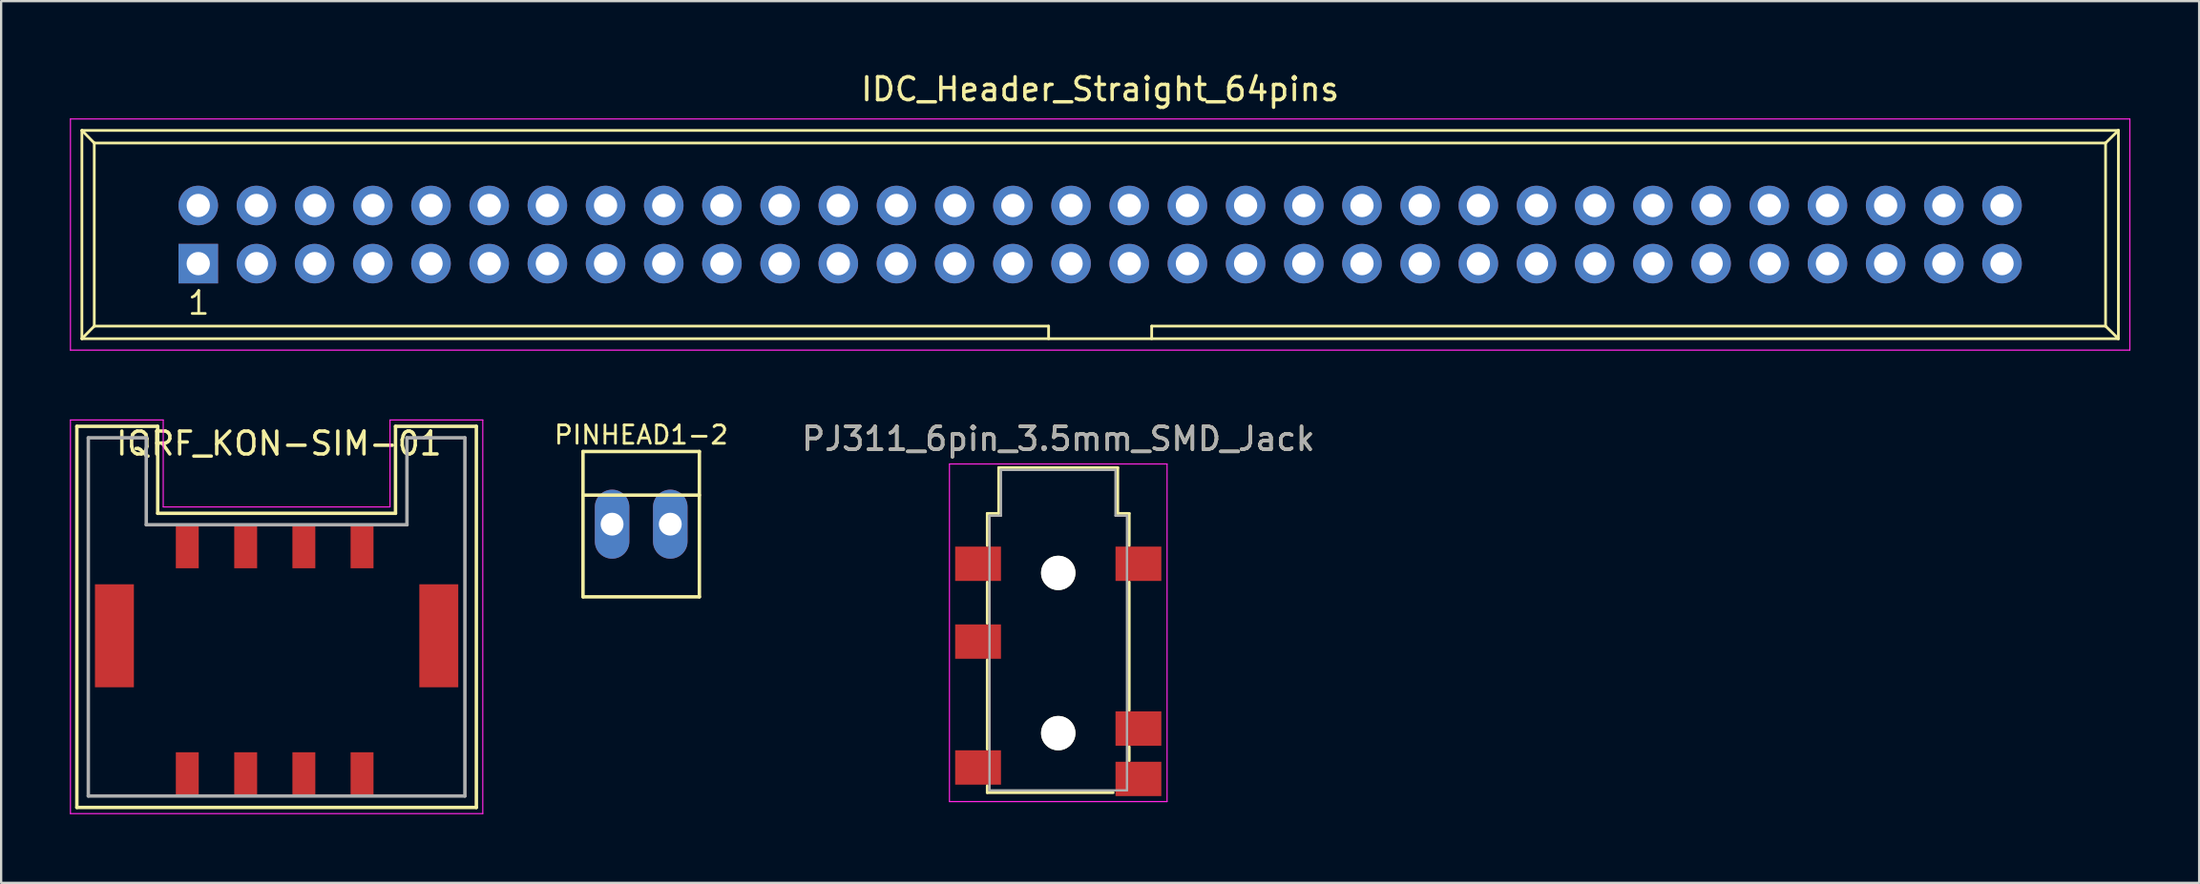
<source format=kicad_pcb>
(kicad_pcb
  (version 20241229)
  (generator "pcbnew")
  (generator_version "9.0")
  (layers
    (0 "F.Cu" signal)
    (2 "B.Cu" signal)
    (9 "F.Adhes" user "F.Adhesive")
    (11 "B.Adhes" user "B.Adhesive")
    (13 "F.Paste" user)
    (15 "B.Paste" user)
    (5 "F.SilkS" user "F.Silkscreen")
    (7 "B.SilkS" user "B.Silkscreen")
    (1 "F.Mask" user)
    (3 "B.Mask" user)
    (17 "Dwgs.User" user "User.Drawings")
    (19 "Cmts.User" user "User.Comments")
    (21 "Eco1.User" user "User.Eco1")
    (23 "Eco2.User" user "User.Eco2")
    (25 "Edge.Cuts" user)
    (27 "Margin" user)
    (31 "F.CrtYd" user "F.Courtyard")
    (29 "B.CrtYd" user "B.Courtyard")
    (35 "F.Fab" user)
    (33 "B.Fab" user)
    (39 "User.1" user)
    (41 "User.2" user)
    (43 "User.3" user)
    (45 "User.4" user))
  (footprint "IDC_Header_Straight_64pins"
    (layer "F.Cu")
    (at 5.605 8.468)
    (property "Reference" "IDC_Header_Straight_64pins" (at 39.37 -7.62 0) (layer "F.SilkS") (effects (font (size 1 1) (thickness 0.15))))
    (attr through_hole)
    (fp_line (start -5.08 -5.82) (end -5.08 3.28) (stroke (width 0.12) (type solid)) (layer "F.SilkS"))
    (fp_line (start -5.08 -5.82) (end -4.54 -5.27) (stroke (width 0.12) (type solid)) (layer "F.SilkS"))
    (fp_line (start -5.08 -5.82) (end 83.82 -5.82) (stroke (width 0.12) (type solid)) (layer "F.SilkS"))
    (fp_line (start -5.08 3.28) (end -4.54 2.73) (stroke (width 0.12) (type solid)) (layer "F.SilkS"))
    (fp_line (start -5.08 3.28) (end 83.82 3.28) (stroke (width 0.12) (type solid)) (layer "F.SilkS"))
    (fp_line (start -4.54 -5.27) (end -4.54 2.73) (stroke (width 0.12) (type solid)) (layer "F.SilkS"))
    (fp_line (start -4.54 -5.27) (end 83.26 -5.27) (stroke (width 0.12) (type solid)) (layer "F.SilkS"))
    (fp_line (start -4.54 2.73) (end 37.12 2.73) (stroke (width 0.12) (type solid)) (layer "F.SilkS"))
    (fp_line (start 37.12 2.73) (end 37.12 3.28) (stroke (width 0.12) (type solid)) (layer "F.SilkS"))
    (fp_line (start 41.62 2.73) (end 41.62 3.28) (stroke (width 0.12) (type solid)) (layer "F.SilkS"))
    (fp_line (start 41.62 2.73) (end 83.26 2.73) (stroke (width 0.12) (type solid)) (layer "F.SilkS"))
    (fp_line (start 83.26 -5.27) (end 83.26 2.73) (stroke (width 0.12) (type solid)) (layer "F.SilkS"))
    (fp_line (start 83.82 -5.82) (end 83.26 -5.27) (stroke (width 0.12) (type solid)) (layer "F.SilkS"))
    (fp_line (start 83.82 -5.82) (end 83.82 3.28) (stroke (width 0.12) (type solid)) (layer "F.SilkS"))
    (fp_line (start 83.82 3.28) (end 83.26 2.73) (stroke (width 0.12) (type solid)) (layer "F.SilkS"))
    (fp_line (start -5.58 -6.32) (end 84.32 -6.32) (stroke (width 0.05) (type solid)) (layer "F.CrtYd"))
    (fp_line (start -5.58 3.78) (end -5.58 -6.32) (stroke (width 0.05) (type solid)) (layer "F.CrtYd"))
    (fp_line (start 84.32 -6.32) (end 84.32 3.78) (stroke (width 0.05) (type solid)) (layer "F.CrtYd"))
    (fp_line (start 84.32 3.78) (end -5.58 3.78) (stroke (width 0.05) (type solid)) (layer "F.CrtYd"))
    (fp_text user "1" (at 0.02 1.72 0) (layer "F.SilkS") (effects (font (size 1 1) (thickness 0.12))))
    (pad "1" thru_hole rect (at 0 0) (size 1.727 1.727) (drill 1.016) (layers "*.Cu" "*.Mask"))
    (pad "2" thru_hole oval (at 0 -2.54) (size 1.727 1.727) (drill 1.016) (layers "*.Cu" "*.Mask"))
    (pad "3" thru_hole oval (at 2.54 0) (size 1.727 1.727) (drill 1.016) (layers "*.Cu" "*.Mask"))
    (pad "4" thru_hole oval (at 2.54 -2.54) (size 1.727 1.727) (drill 1.016) (layers "*.Cu" "*.Mask"))
    (pad "5" thru_hole oval (at 5.08 0) (size 1.727 1.727) (drill 1.016) (layers "*.Cu" "*.Mask"))
    (pad "6" thru_hole oval (at 5.08 -2.54) (size 1.727 1.727) (drill 1.016) (layers "*.Cu" "*.Mask"))
    (pad "7" thru_hole oval (at 7.62 0) (size 1.727 1.727) (drill 1.016) (layers "*.Cu" "*.Mask"))
    (pad "8" thru_hole oval (at 7.62 -2.54) (size 1.727 1.727) (drill 1.016) (layers "*.Cu" "*.Mask"))
    (pad "9" thru_hole oval (at 10.16 0) (size 1.727 1.727) (drill 1.016) (layers "*.Cu" "*.Mask"))
    (pad "10" thru_hole oval (at 10.16 -2.54) (size 1.727 1.727) (drill 1.016) (layers "*.Cu" "*.Mask"))
    (pad "11" thru_hole oval (at 12.7 0) (size 1.727 1.727) (drill 1.016) (layers "*.Cu" "*.Mask"))
    (pad "12" thru_hole oval (at 12.7 -2.54) (size 1.727 1.727) (drill 1.016) (layers "*.Cu" "*.Mask"))
    (pad "13" thru_hole oval (at 15.24 0) (size 1.727 1.727) (drill 1.016) (layers "*.Cu" "*.Mask"))
    (pad "14" thru_hole oval (at 15.24 -2.54) (size 1.727 1.727) (drill 1.016) (layers "*.Cu" "*.Mask"))
    (pad "15" thru_hole oval (at 17.78 0) (size 1.727 1.727) (drill 1.016) (layers "*.Cu" "*.Mask"))
    (pad "16" thru_hole oval (at 17.78 -2.54) (size 1.727 1.727) (drill 1.016) (layers "*.Cu" "*.Mask"))
    (pad "17" thru_hole oval (at 20.32 0) (size 1.727 1.727) (drill 1.016) (layers "*.Cu" "*.Mask"))
    (pad "18" thru_hole oval (at 20.32 -2.54) (size 1.727 1.727) (drill 1.016) (layers "*.Cu" "*.Mask"))
    (pad "19" thru_hole oval (at 22.86 0) (size 1.727 1.727) (drill 1.016) (layers "*.Cu" "*.Mask"))
    (pad "20" thru_hole oval (at 22.86 -2.54) (size 1.727 1.727) (drill 1.016) (layers "*.Cu" "*.Mask"))
    (pad "21" thru_hole oval (at 25.4 0) (size 1.727 1.727) (drill 1.016) (layers "*.Cu" "*.Mask"))
    (pad "22" thru_hole oval (at 25.4 -2.54) (size 1.727 1.727) (drill 1.016) (layers "*.Cu" "*.Mask"))
    (pad "23" thru_hole oval (at 27.94 0) (size 1.727 1.727) (drill 1.016) (layers "*.Cu" "*.Mask"))
    (pad "24" thru_hole oval (at 27.94 -2.54) (size 1.727 1.727) (drill 1.016) (layers "*.Cu" "*.Mask"))
    (pad "25" thru_hole oval (at 30.48 0) (size 1.727 1.727) (drill 1.016) (layers "*.Cu" "*.Mask"))
    (pad "26" thru_hole oval (at 30.48 -2.54) (size 1.727 1.727) (drill 1.016) (layers "*.Cu" "*.Mask"))
    (pad "27" thru_hole oval (at 33.02 0) (size 1.727 1.727) (drill 1.016) (layers "*.Cu" "*.Mask"))
    (pad "28" thru_hole oval (at 33.02 -2.54) (size 1.727 1.727) (drill 1.016) (layers "*.Cu" "*.Mask"))
    (pad "29" thru_hole oval (at 35.56 0) (size 1.727 1.727) (drill 1.016) (layers "*.Cu" "*.Mask"))
    (pad "30" thru_hole oval (at 35.56 -2.54) (size 1.727 1.727) (drill 1.016) (layers "*.Cu" "*.Mask"))
    (pad "31" thru_hole oval (at 38.1 0) (size 1.727 1.727) (drill 1.016) (layers "*.Cu" "*.Mask"))
    (pad "32" thru_hole oval (at 38.1 -2.54) (size 1.727 1.727) (drill 1.016) (layers "*.Cu" "*.Mask"))
    (pad "33" thru_hole oval (at 40.64 0) (size 1.727 1.727) (drill 1.016) (layers "*.Cu" "*.Mask"))
    (pad "34" thru_hole oval (at 40.64 -2.54) (size 1.727 1.727) (drill 1.016) (layers "*.Cu" "*.Mask"))
    (pad "35" thru_hole oval (at 43.18 0) (size 1.727 1.727) (drill 1.016) (layers "*.Cu" "*.Mask"))
    (pad "36" thru_hole oval (at 43.18 -2.54) (size 1.727 1.727) (drill 1.016) (layers "*.Cu" "*.Mask"))
    (pad "37" thru_hole oval (at 45.72 0) (size 1.727 1.727) (drill 1.016) (layers "*.Cu" "*.Mask"))
    (pad "38" thru_hole oval (at 45.72 -2.54) (size 1.727 1.727) (drill 1.016) (layers "*.Cu" "*.Mask"))
    (pad "39" thru_hole oval (at 48.26 0) (size 1.727 1.727) (drill 1.016) (layers "*.Cu" "*.Mask"))
    (pad "40" thru_hole oval (at 48.26 -2.54) (size 1.727 1.727) (drill 1.016) (layers "*.Cu" "*.Mask"))
    (pad "41" thru_hole oval (at 50.8 0) (size 1.727 1.727) (drill 1.016) (layers "*.Cu" "*.Mask"))
    (pad "42" thru_hole oval (at 50.8 -2.54) (size 1.727 1.727) (drill 1.016) (layers "*.Cu" "*.Mask"))
    (pad "43" thru_hole oval (at 53.34 0) (size 1.727 1.727) (drill 1.016) (layers "*.Cu" "*.Mask"))
    (pad "44" thru_hole oval (at 53.34 -2.54) (size 1.727 1.727) (drill 1.016) (layers "*.Cu" "*.Mask"))
    (pad "45" thru_hole oval (at 55.88 0) (size 1.727 1.727) (drill 1.016) (layers "*.Cu" "*.Mask"))
    (pad "46" thru_hole oval (at 55.88 -2.54) (size 1.727 1.727) (drill 1.016) (layers "*.Cu" "*.Mask"))
    (pad "47" thru_hole oval (at 58.42 0) (size 1.727 1.727) (drill 1.016) (layers "*.Cu" "*.Mask"))
    (pad "48" thru_hole oval (at 58.42 -2.54) (size 1.727 1.727) (drill 1.016) (layers "*.Cu" "*.Mask"))
    (pad "49" thru_hole oval (at 60.96 0) (size 1.727 1.727) (drill 1.016) (layers "*.Cu" "*.Mask"))
    (pad "50" thru_hole oval (at 60.96 -2.54) (size 1.727 1.727) (drill 1.016) (layers "*.Cu" "*.Mask"))
    (pad "51" thru_hole oval (at 63.5 0) (size 1.727 1.727) (drill 1.016) (layers "*.Cu" "*.Mask"))
    (pad "52" thru_hole oval (at 63.5 -2.54) (size 1.727 1.727) (drill 1.016) (layers "*.Cu" "*.Mask"))
    (pad "53" thru_hole oval (at 66.04 0) (size 1.727 1.727) (drill 1.016) (layers "*.Cu" "*.Mask"))
    (pad "54" thru_hole oval (at 66.04 -2.54) (size 1.727 1.727) (drill 1.016) (layers "*.Cu" "*.Mask"))
    (pad "55" thru_hole oval (at 68.58 0) (size 1.727 1.727) (drill 1.016) (layers "*.Cu" "*.Mask"))
    (pad "56" thru_hole oval (at 68.58 -2.54) (size 1.727 1.727) (drill 1.016) (layers "*.Cu" "*.Mask"))
    (pad "57" thru_hole oval (at 71.12 0) (size 1.727 1.727) (drill 1.016) (layers "*.Cu" "*.Mask"))
    (pad "58" thru_hole oval (at 71.12 -2.54) (size 1.727 1.727) (drill 1.016) (layers "*.Cu" "*.Mask"))
    (pad "59" thru_hole oval (at 73.66 0) (size 1.727 1.727) (drill 1.016) (layers "*.Cu" "*.Mask"))
    (pad "60" thru_hole oval (at 73.66 -2.54) (size 1.727 1.727) (drill 1.016) (layers "*.Cu" "*.Mask"))
    (pad "61" thru_hole oval (at 76.2 0) (size 1.727 1.727) (drill 1.016) (layers "*.Cu" "*.Mask"))
    (pad "62" thru_hole oval (at 76.2 -2.54) (size 1.727 1.727) (drill 1.016) (layers "*.Cu" "*.Mask"))
    (pad "63" thru_hole oval (at 78.74 0) (size 1.727 1.727) (drill 1.016) (layers "*.Cu" "*.Mask"))
    (pad "64" thru_hole oval (at 78.74 -2.54) (size 1.727 1.727) (drill 1.016) (layers "*.Cu" "*.Mask")))
  (footprint "PINHEAD1-2"
    (layer "F.Cu")
    (at 24.94 19.852)
    (property "Reference" "PINHEAD1-2" (at 0 -3.9 0) (layer "F.SilkS") (effects (font (size 0.8 0.8) (thickness 0.12))))
    (attr exclude_from_pos_files exclude_from_bom)
    (fp_line (start -2.54 -3.175) (end -2.54 3.175) (stroke (width 0.15) (type solid)) (layer "F.SilkS"))
    (fp_line (start -2.54 -3.175) (end 2.54 -3.175) (stroke (width 0.15) (type solid)) (layer "F.SilkS"))
    (fp_line (start 2.54 -3.175) (end 2.54 3.175) (stroke (width 0.15) (type solid)) (layer "F.SilkS"))
    (fp_line (start 2.54 -1.27) (end -2.54 -1.27) (stroke (width 0.15) (type solid)) (layer "F.SilkS"))
    (fp_line (start 2.54 3.175) (end -2.54 3.175) (stroke (width 0.15) (type solid)) (layer "F.SilkS"))
    (pad "1" thru_hole oval (at -1.27 0) (size 1.506 3.015) (drill 0.998) (layers "*.Cu" "*.Mask"))
    (pad "2" thru_hole oval (at 1.27 0) (size 1.506 3.015) (drill 0.998) (layers "*.Cu" "*.Mask")))
  (footprint "PJ311_6pin_3.5mm_SMD_Jack"
    (layer "F.Cu")
    (at 43.146 26.282)
    (property "Reference" "PJ311_6pin_3.5mm_SMD_Jack" (at 0 -10.16 0) (layer "F.SilkS") (effects (font (size 1 1) (thickness 0.15))))
    (attr smd)
    (fp_line (start -3.1 -6.9) (end -2.6 -6.9) (stroke (width 0.12) (type solid)) (layer "F.SilkS"))
    (fp_line (start -3.1 -5.5) (end -3.1 -6.9) (stroke (width 0.12) (type solid)) (layer "F.SilkS"))
    (fp_line (start -3.1 -2.1) (end -3.1 -3.9) (stroke (width 0.12) (type solid)) (layer "F.SilkS"))
    (fp_line (start -3.1 3.4) (end -3.1 -0.5) (stroke (width 0.12) (type solid)) (layer "F.SilkS"))
    (fp_line (start -3.1 5.3) (end -3.1 5) (stroke (width 0.12) (type solid)) (layer "F.SilkS"))
    (fp_line (start -2.6 -8.9) (end 2.6 -8.9) (stroke (width 0.12) (type solid)) (layer "F.SilkS"))
    (fp_line (start -2.6 -6.9) (end -2.6 -8.9) (stroke (width 0.12) (type solid)) (layer "F.SilkS"))
    (fp_line (start 2.4 5.3) (end -3.1 5.3) (stroke (width 0.12) (type solid)) (layer "F.SilkS"))
    (fp_line (start 2.6 -8.9) (end 2.6 -6.9) (stroke (width 0.12) (type solid)) (layer "F.SilkS"))
    (fp_line (start 2.6 -6.9) (end 3.1 -6.9) (stroke (width 0.12) (type solid)) (layer "F.SilkS"))
    (fp_line (start 3.1 -6.9) (end 3.1 -5.5) (stroke (width 0.12) (type solid)) (layer "F.SilkS"))
    (fp_line (start 3.1 -3.9) (end 3.1 1.7) (stroke (width 0.12) (type solid)) (layer "F.SilkS"))
    (fp_line (start 3.1 3.3) (end 3.1 3.9) (stroke (width 0.12) (type solid)) (layer "F.SilkS"))
    (fp_line (start -4.75 -9.06) (end -4.75 5.69) (stroke (width 0.05) (type solid)) (layer "F.CrtYd"))
    (fp_line (start -4.75 -9.06) (end 4.75 -9.06) (stroke (width 0.05) (type solid)) (layer "F.CrtYd"))
    (fp_line (start 4.75 5.69) (end -4.75 5.69) (stroke (width 0.05) (type solid)) (layer "F.CrtYd"))
    (fp_line (start 4.75 5.69) (end 4.75 -9.06) (stroke (width 0.05) (type solid)) (layer "F.CrtYd"))
    (fp_line (start -3 -6.8) (end -3 5.2) (stroke (width 0.1) (type solid)) (layer "F.Fab"))
    (fp_line (start -3 5.2) (end 3 5.2) (stroke (width 0.1) (type solid)) (layer "F.Fab"))
    (fp_line (start -2.5 -8.8) (end -2.5 -6.8) (stroke (width 0.1) (type solid)) (layer "F.Fab"))
    (fp_line (start -2.5 -6.8) (end -3 -6.8) (stroke (width 0.1) (type solid)) (layer "F.Fab"))
    (fp_line (start 2.5 -8.8) (end -2.5 -8.8) (stroke (width 0.1) (type solid)) (layer "F.Fab"))
    (fp_line (start 2.5 -6.8) (end 2.5 -8.8) (stroke (width 0.1) (type solid)) (layer "F.Fab"))
    (fp_line (start 3 -6.8) (end 2.5 -6.8) (stroke (width 0.1) (type solid)) (layer "F.Fab"))
    (fp_line (start 3 5.2) (end 3 -6.8) (stroke (width 0.1) (type solid)) (layer "F.Fab"))
    (fp_text user "${REFERENCE}" (at 0 -10.16 0) (layer "F.Fab") (effects (font (size 1 1) (thickness 0.15))))
    (pad "" np_thru_hole circle (at 0 -4.3) (size 1.5 1.5) (drill 1.5) (layers "*.Cu" "*.Mask" "F.SilkS"))
    (pad "" np_thru_hole circle (at 0 2.7) (size 1.5 1.5) (drill 1.5) (layers "*.Cu" "*.Mask" "F.SilkS"))
    (pad "1" smd rect (at -3.5 -4.7) (size 2 1.5) (layers "F.Cu" "F.Mask" "F.Paste"))
    (pad "2" smd rect (at 3.5 -4.7) (size 2 1.5) (layers "F.Cu" "F.Mask" "F.Paste"))
    (pad "3" smd rect (at -3.5 -1.3) (size 2 1.5) (layers "F.Cu" "F.Mask" "F.Paste"))
    (pad "4" smd rect (at 3.5 2.5) (size 2 1.5) (layers "F.Cu" "F.Mask" "F.Paste"))
    (pad "5" smd rect (at 3.5 4.7) (size 2 1.5) (layers "F.Cu" "F.Mask" "F.Paste"))
    (pad "6" smd rect (at -3.5 4.2) (size 2 1.5) (layers "F.Cu" "F.Mask" "F.Paste")))
  (footprint "IQRF_KON-SIM-01"
    (layer "F.Cu")
    (at 9.025 25.798)
    (property "Reference" "IQRF_KON-SIM-01" (at 0.1 -9.47 0) (layer "F.SilkS") (effects (font (size 1 1) (thickness 0.15))))
    (attr smd)
    (fp_line (start -8.72 -10.22) (end -5.19 -10.22) (stroke (width 0.15) (type solid)) (layer "F.SilkS"))
    (fp_line (start -8.72 6.43) (end -8.72 -10.22) (stroke (width 0.15) (type solid)) (layer "F.SilkS"))
    (fp_line (start -8.72 6.43) (end 8.72 6.43) (stroke (width 0.15) (type solid)) (layer "F.SilkS"))
    (fp_line (start -5.19 -10.22) (end -5.19 -6.42) (stroke (width 0.15) (type solid)) (layer "F.SilkS"))
    (fp_line (start -5.19 -6.42) (end 5.19 -6.42) (stroke (width 0.15) (type solid)) (layer "F.SilkS"))
    (fp_line (start 5.19 -10.22) (end 8.72 -10.22) (stroke (width 0.15) (type solid)) (layer "F.SilkS"))
    (fp_line (start 5.19 -6.42) (end 5.19 -10.22) (stroke (width 0.15) (type solid)) (layer "F.SilkS"))
    (fp_line (start 8.72 6.43) (end 8.72 -10.22) (stroke (width 0.15) (type solid)) (layer "F.SilkS"))
    (fp_line (start -9 -10.5) (end -4.95 -10.5) (stroke (width 0.05) (type solid)) (layer "F.CrtYd"))
    (fp_line (start -9 6.7) (end -9 -10.5) (stroke (width 0.05) (type solid)) (layer "F.CrtYd"))
    (fp_line (start -9 6.7) (end 9 6.7) (stroke (width 0.05) (type solid)) (layer "F.CrtYd"))
    (fp_line (start -4.95 -10.5) (end -4.95 -6.7) (stroke (width 0.05) (type solid)) (layer "F.CrtYd"))
    (fp_line (start 4.95 -10.5) (end 9 -10.5) (stroke (width 0.05) (type solid)) (layer "F.CrtYd"))
    (fp_line (start 4.95 -6.7) (end -4.95 -6.7) (stroke (width 0.05) (type solid)) (layer "F.CrtYd"))
    (fp_line (start 4.95 -6.7) (end 4.95 -10.5) (stroke (width 0.05) (type solid)) (layer "F.CrtYd"))
    (fp_line (start 9 6.7) (end 9 -10.5) (stroke (width 0.05) (type solid)) (layer "F.CrtYd"))
    (fp_line (start -8.22 -9.72) (end -8.22 5.93) (stroke (width 0.15) (type solid)) (layer "F.Fab"))
    (fp_line (start -8.22 -9.72) (end -5.69 -9.72) (stroke (width 0.15) (type solid)) (layer "F.Fab"))
    (fp_line (start -8.22 5.93) (end 8.22 5.93) (stroke (width 0.15) (type solid)) (layer "F.Fab"))
    (fp_line (start -5.69 -9.72) (end -5.69 -5.92) (stroke (width 0.15) (type solid)) (layer "F.Fab"))
    (fp_line (start -5.69 -5.92) (end 5.69 -5.92) (stroke (width 0.15) (type solid)) (layer "F.Fab"))
    (fp_line (start 5.69 -9.72) (end 5.69 -5.92) (stroke (width 0.15) (type solid)) (layer "F.Fab"))
    (fp_line (start 5.69 -9.72) (end 8.22 -9.72) (stroke (width 0.15) (type solid)) (layer "F.Fab"))
    (fp_line (start 8.22 5.93) (end 8.22 -9.72) (stroke (width 0.15) (type solid)) (layer "F.Fab"))
    (pad "0" smd rect (at -7.08 -1.07) (size 1.7 4.5) (layers "F.Cu" "F.Mask" "F.Paste"))
    (pad "0" smd rect (at 7.08 -1.07) (size 1.7 4.5) (layers "F.Cu" "F.Mask" "F.Paste"))
    (pad "1" smd rect (at -3.9 -4.97) (size 1 1.9) (layers "F.Cu" "F.Mask" "F.Paste"))
    (pad "2" smd rect (at -1.35 -4.97) (size 1 1.9) (layers "F.Cu" "F.Mask" "F.Paste"))
    (pad "3" smd rect (at 1.19 -4.97) (size 1 1.9) (layers "F.Cu" "F.Mask" "F.Paste"))
    (pad "4" smd rect (at 3.73 -4.97) (size 1 1.9) (layers "F.Cu" "F.Mask" "F.Paste"))
    (pad "5" smd rect (at -3.9 4.97) (size 1 1.9) (layers "F.Cu" "F.Mask" "F.Paste"))
    (pad "6" smd rect (at -1.35 4.97) (size 1 1.9) (layers "F.Cu" "F.Mask" "F.Paste"))
    (pad "7" smd rect (at 1.19 4.97) (size 1 1.9) (layers "F.Cu" "F.Mask" "F.Paste"))
    (pad "8" smd rect (at 3.73 4.97) (size 1 1.9) (layers "F.Cu" "F.Mask" "F.Paste")))
  (gr_rect
    (start -3 -3)
    (end 92.95 35.523)
    (stroke (width 0.1) (type default))
    (fill no)
    (layer "Edge.Cuts")))
</source>
